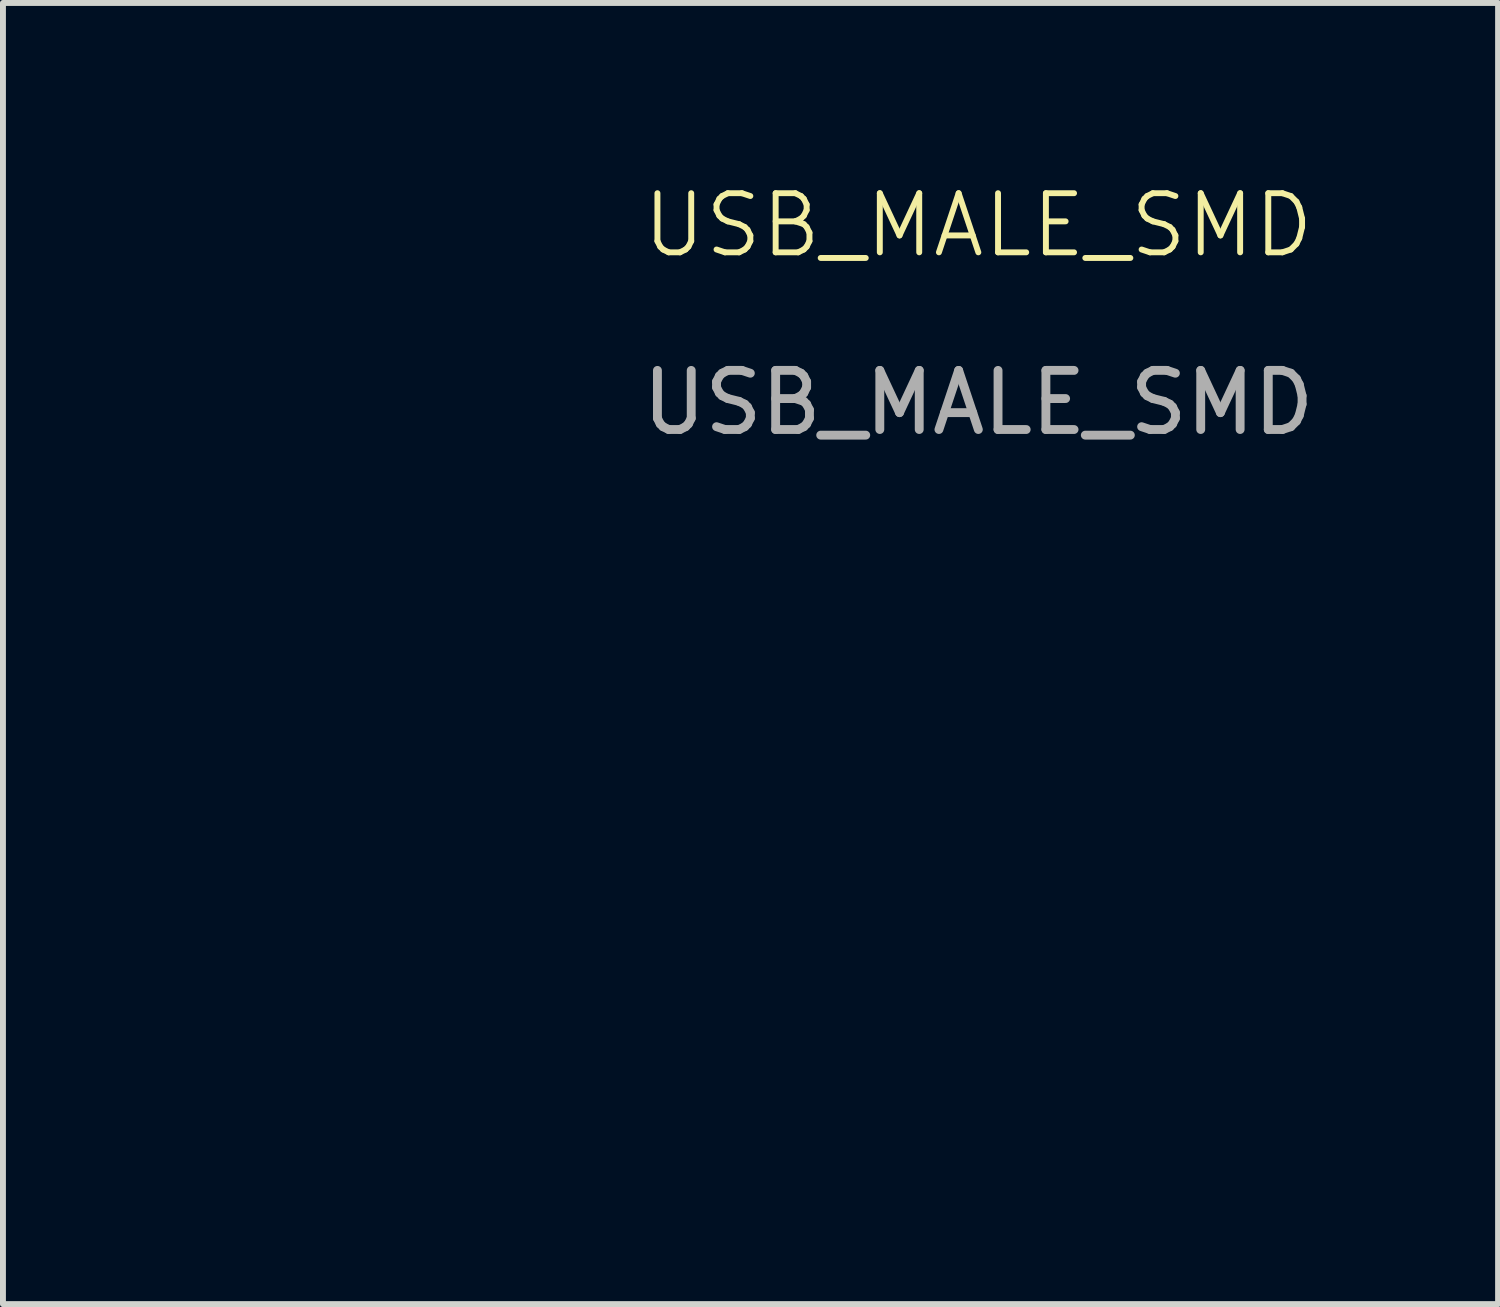
<source format=kicad_pcb>
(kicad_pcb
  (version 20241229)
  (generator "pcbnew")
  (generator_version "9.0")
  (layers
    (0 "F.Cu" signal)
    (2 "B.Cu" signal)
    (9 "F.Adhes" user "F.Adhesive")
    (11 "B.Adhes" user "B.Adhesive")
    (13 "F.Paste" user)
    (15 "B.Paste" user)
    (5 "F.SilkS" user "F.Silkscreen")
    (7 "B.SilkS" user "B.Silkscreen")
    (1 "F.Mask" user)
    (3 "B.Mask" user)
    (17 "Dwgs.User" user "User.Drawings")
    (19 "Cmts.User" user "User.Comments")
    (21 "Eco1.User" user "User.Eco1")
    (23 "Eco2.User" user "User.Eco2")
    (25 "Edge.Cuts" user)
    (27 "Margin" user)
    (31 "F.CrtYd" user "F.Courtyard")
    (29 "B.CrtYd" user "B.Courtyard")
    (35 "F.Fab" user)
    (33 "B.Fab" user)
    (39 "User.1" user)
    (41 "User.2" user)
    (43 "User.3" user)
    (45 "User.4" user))
  (footprint "USB_MALE_SMD"
    (layer "F.Cu")
    (at 0.25 15.761)
    (property "Reference" "USB_MALE_SMD" (at 13.25 -15 0) (unlocked yes) (layer "F.SilkS") (effects (font (size 1 1) (thickness 0.1))))
    (attr smd)
    (fp_text user "${REFERENCE}" (at 13.25 -12 0) (unlocked yes) (layer "F.Fab") (effects (font (size 1 1) (thickness 0.15)))))
  (gr_rect
    (start -3 -3)
    (end 22.292 19.011)
    (stroke (width 0.1) (type default))
    (fill no)
    (layer "Edge.Cuts")))
</source>
